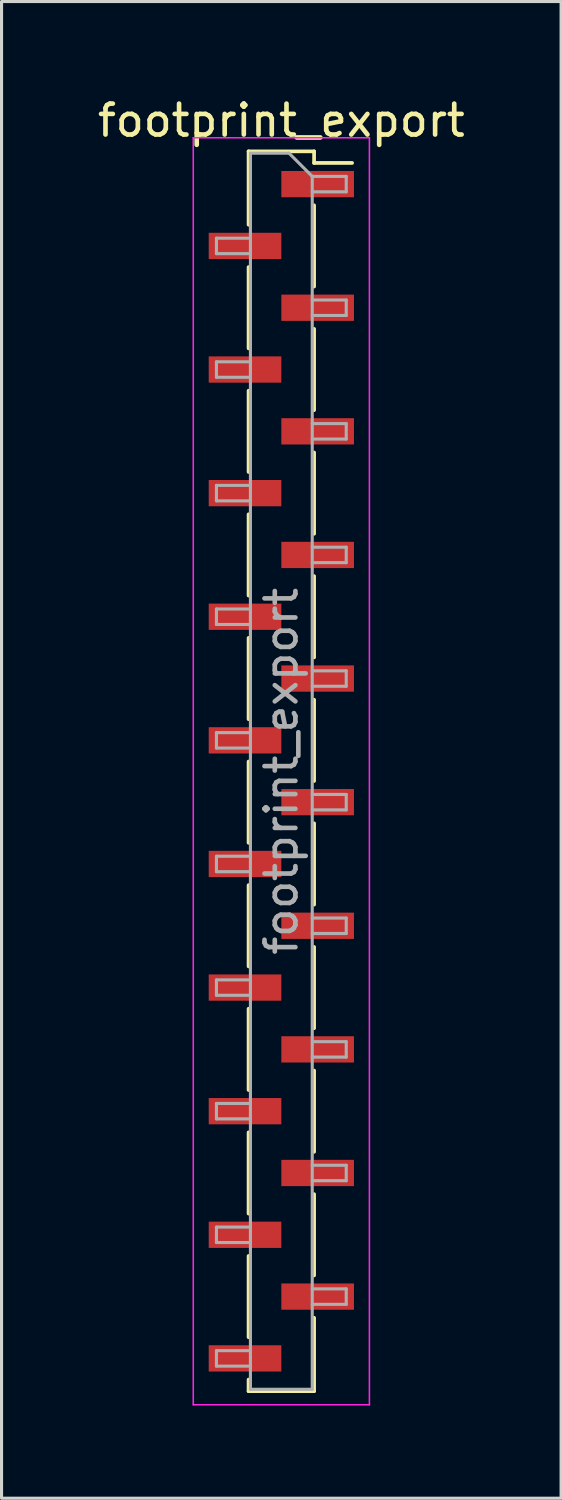
<source format=kicad_pcb>
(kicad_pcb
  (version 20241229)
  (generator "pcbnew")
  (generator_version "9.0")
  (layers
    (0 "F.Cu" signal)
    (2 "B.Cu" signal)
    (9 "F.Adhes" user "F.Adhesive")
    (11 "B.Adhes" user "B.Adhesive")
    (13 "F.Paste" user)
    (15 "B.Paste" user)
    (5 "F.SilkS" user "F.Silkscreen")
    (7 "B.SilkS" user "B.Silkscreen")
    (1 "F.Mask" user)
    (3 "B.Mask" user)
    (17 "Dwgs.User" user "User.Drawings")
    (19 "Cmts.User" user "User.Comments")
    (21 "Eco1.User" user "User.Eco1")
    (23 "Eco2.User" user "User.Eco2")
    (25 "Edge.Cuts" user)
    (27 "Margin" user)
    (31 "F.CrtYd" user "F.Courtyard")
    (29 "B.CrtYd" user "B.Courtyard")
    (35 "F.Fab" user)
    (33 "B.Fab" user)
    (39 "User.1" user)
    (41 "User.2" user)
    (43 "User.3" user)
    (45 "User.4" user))
  (footprint "footprint_export"
    (layer "F.Cu")
    (at 6.054 21.908)
    (property "Reference" "footprint_export" (at 0 -21.06 0) (layer "F.SilkS") (effects (font (size 1 1) (thickness 0.15))))
    (attr smd)
    (fp_line (start -1.06 -20.06) (end -1.06 -17.685) (stroke (width 0.12) (type solid)) (layer "F.SilkS"))
    (fp_line (start -1.06 -20.06) (end 1.06 -20.06) (stroke (width 0.12) (type solid)) (layer "F.SilkS"))
    (fp_line (start -1.06 -16.315) (end -1.06 -13.685) (stroke (width 0.12) (type solid)) (layer "F.SilkS"))
    (fp_line (start -1.06 -12.315) (end -1.06 -9.685) (stroke (width 0.12) (type solid)) (layer "F.SilkS"))
    (fp_line (start -1.06 -8.315) (end -1.06 -5.685) (stroke (width 0.12) (type solid)) (layer "F.SilkS"))
    (fp_line (start -1.06 -4.315) (end -1.06 -1.685) (stroke (width 0.12) (type solid)) (layer "F.SilkS"))
    (fp_line (start -1.06 -0.315) (end -1.06 2.315) (stroke (width 0.12) (type solid)) (layer "F.SilkS"))
    (fp_line (start -1.06 3.685) (end -1.06 6.315) (stroke (width 0.12) (type solid)) (layer "F.SilkS"))
    (fp_line (start -1.06 7.685) (end -1.06 10.315) (stroke (width 0.12) (type solid)) (layer "F.SilkS"))
    (fp_line (start -1.06 11.685) (end -1.06 14.315) (stroke (width 0.12) (type solid)) (layer "F.SilkS"))
    (fp_line (start -1.06 15.685) (end -1.06 18.315) (stroke (width 0.12) (type solid)) (layer "F.SilkS"))
    (fp_line (start -1.06 19.685) (end -1.06 20.06) (stroke (width 0.12) (type solid)) (layer "F.SilkS"))
    (fp_line (start -1.06 20.06) (end 1.06 20.06) (stroke (width 0.12) (type solid)) (layer "F.SilkS"))
    (fp_line (start 1.06 -20.06) (end 1.06 -19.685) (stroke (width 0.12) (type solid)) (layer "F.SilkS"))
    (fp_line (start 1.06 -19.685) (end 2.29 -19.685) (stroke (width 0.12) (type solid)) (layer "F.SilkS"))
    (fp_line (start 1.06 -18.315) (end 1.06 -15.685) (stroke (width 0.12) (type solid)) (layer "F.SilkS"))
    (fp_line (start 1.06 -14.315) (end 1.06 -11.685) (stroke (width 0.12) (type solid)) (layer "F.SilkS"))
    (fp_line (start 1.06 -10.315) (end 1.06 -7.685) (stroke (width 0.12) (type solid)) (layer "F.SilkS"))
    (fp_line (start 1.06 -6.315) (end 1.06 -3.685) (stroke (width 0.12) (type solid)) (layer "F.SilkS"))
    (fp_line (start 1.06 -2.315) (end 1.06 0.315) (stroke (width 0.12) (type solid)) (layer "F.SilkS"))
    (fp_line (start 1.06 1.685) (end 1.06 4.315) (stroke (width 0.12) (type solid)) (layer "F.SilkS"))
    (fp_line (start 1.06 5.685) (end 1.06 8.315) (stroke (width 0.12) (type solid)) (layer "F.SilkS"))
    (fp_line (start 1.06 9.685) (end 1.06 12.315) (stroke (width 0.12) (type solid)) (layer "F.SilkS"))
    (fp_line (start 1.06 13.685) (end 1.06 16.315) (stroke (width 0.12) (type solid)) (layer "F.SilkS"))
    (fp_line (start 1.06 17.685) (end 1.06 20.06) (stroke (width 0.12) (type solid)) (layer "F.SilkS"))
    (fp_line (start -2.85 -20.5) (end -2.85 20.5) (stroke (width 0.05) (type solid)) (layer "F.CrtYd"))
    (fp_line (start -2.85 20.5) (end 2.85 20.5) (stroke (width 0.05) (type solid)) (layer "F.CrtYd"))
    (fp_line (start 2.85 -20.5) (end -2.85 -20.5) (stroke (width 0.05) (type solid)) (layer "F.CrtYd"))
    (fp_line (start 2.85 20.5) (end 2.85 -20.5) (stroke (width 0.05) (type solid)) (layer "F.CrtYd"))
    (fp_line (start -2.1 -17.25) (end -2.1 -16.75) (stroke (width 0.1) (type solid)) (layer "F.Fab"))
    (fp_line (start -2.1 -16.75) (end -1 -16.75) (stroke (width 0.1) (type solid)) (layer "F.Fab"))
    (fp_line (start -2.1 -13.25) (end -2.1 -12.75) (stroke (width 0.1) (type solid)) (layer "F.Fab"))
    (fp_line (start -2.1 -12.75) (end -1 -12.75) (stroke (width 0.1) (type solid)) (layer "F.Fab"))
    (fp_line (start -2.1 -9.25) (end -2.1 -8.75) (stroke (width 0.1) (type solid)) (layer "F.Fab"))
    (fp_line (start -2.1 -8.75) (end -1 -8.75) (stroke (width 0.1) (type solid)) (layer "F.Fab"))
    (fp_line (start -2.1 -5.25) (end -2.1 -4.75) (stroke (width 0.1) (type solid)) (layer "F.Fab"))
    (fp_line (start -2.1 -4.75) (end -1 -4.75) (stroke (width 0.1) (type solid)) (layer "F.Fab"))
    (fp_line (start -2.1 -1.25) (end -2.1 -0.75) (stroke (width 0.1) (type solid)) (layer "F.Fab"))
    (fp_line (start -2.1 -0.75) (end -1 -0.75) (stroke (width 0.1) (type solid)) (layer "F.Fab"))
    (fp_line (start -2.1 2.75) (end -2.1 3.25) (stroke (width 0.1) (type solid)) (layer "F.Fab"))
    (fp_line (start -2.1 3.25) (end -1 3.25) (stroke (width 0.1) (type solid)) (layer "F.Fab"))
    (fp_line (start -2.1 6.75) (end -2.1 7.25) (stroke (width 0.1) (type solid)) (layer "F.Fab"))
    (fp_line (start -2.1 7.25) (end -1 7.25) (stroke (width 0.1) (type solid)) (layer "F.Fab"))
    (fp_line (start -2.1 10.75) (end -2.1 11.25) (stroke (width 0.1) (type solid)) (layer "F.Fab"))
    (fp_line (start -2.1 11.25) (end -1 11.25) (stroke (width 0.1) (type solid)) (layer "F.Fab"))
    (fp_line (start -2.1 14.75) (end -2.1 15.25) (stroke (width 0.1) (type solid)) (layer "F.Fab"))
    (fp_line (start -2.1 15.25) (end -1 15.25) (stroke (width 0.1) (type solid)) (layer "F.Fab"))
    (fp_line (start -2.1 18.75) (end -2.1 19.25) (stroke (width 0.1) (type solid)) (layer "F.Fab"))
    (fp_line (start -2.1 19.25) (end -1 19.25) (stroke (width 0.1) (type solid)) (layer "F.Fab"))
    (fp_line (start -1 -20) (end -1 20) (stroke (width 0.1) (type solid)) (layer "F.Fab"))
    (fp_line (start -1 -20) (end 0.25 -20) (stroke (width 0.1) (type solid)) (layer "F.Fab"))
    (fp_line (start -1 -17.25) (end -2.1 -17.25) (stroke (width 0.1) (type solid)) (layer "F.Fab"))
    (fp_line (start -1 -13.25) (end -2.1 -13.25) (stroke (width 0.1) (type solid)) (layer "F.Fab"))
    (fp_line (start -1 -9.25) (end -2.1 -9.25) (stroke (width 0.1) (type solid)) (layer "F.Fab"))
    (fp_line (start -1 -5.25) (end -2.1 -5.25) (stroke (width 0.1) (type solid)) (layer "F.Fab"))
    (fp_line (start -1 -1.25) (end -2.1 -1.25) (stroke (width 0.1) (type solid)) (layer "F.Fab"))
    (fp_line (start -1 2.75) (end -2.1 2.75) (stroke (width 0.1) (type solid)) (layer "F.Fab"))
    (fp_line (start -1 6.75) (end -2.1 6.75) (stroke (width 0.1) (type solid)) (layer "F.Fab"))
    (fp_line (start -1 10.75) (end -2.1 10.75) (stroke (width 0.1) (type solid)) (layer "F.Fab"))
    (fp_line (start -1 14.75) (end -2.1 14.75) (stroke (width 0.1) (type solid)) (layer "F.Fab"))
    (fp_line (start -1 18.75) (end -2.1 18.75) (stroke (width 0.1) (type solid)) (layer "F.Fab"))
    (fp_line (start 1 -19.25) (end 0.25 -20) (stroke (width 0.1) (type solid)) (layer "F.Fab"))
    (fp_line (start 1 -19.25) (end 2.1 -19.25) (stroke (width 0.1) (type solid)) (layer "F.Fab"))
    (fp_line (start 1 -15.25) (end 2.1 -15.25) (stroke (width 0.1) (type solid)) (layer "F.Fab"))
    (fp_line (start 1 -11.25) (end 2.1 -11.25) (stroke (width 0.1) (type solid)) (layer "F.Fab"))
    (fp_line (start 1 -7.25) (end 2.1 -7.25) (stroke (width 0.1) (type solid)) (layer "F.Fab"))
    (fp_line (start 1 -3.25) (end 2.1 -3.25) (stroke (width 0.1) (type solid)) (layer "F.Fab"))
    (fp_line (start 1 0.75) (end 2.1 0.75) (stroke (width 0.1) (type solid)) (layer "F.Fab"))
    (fp_line (start 1 4.75) (end 2.1 4.75) (stroke (width 0.1) (type solid)) (layer "F.Fab"))
    (fp_line (start 1 8.75) (end 2.1 8.75) (stroke (width 0.1) (type solid)) (layer "F.Fab"))
    (fp_line (start 1 12.75) (end 2.1 12.75) (stroke (width 0.1) (type solid)) (layer "F.Fab"))
    (fp_line (start 1 16.75) (end 2.1 16.75) (stroke (width 0.1) (type solid)) (layer "F.Fab"))
    (fp_line (start 1 20) (end -1 20) (stroke (width 0.1) (type solid)) (layer "F.Fab"))
    (fp_line (start 1 20) (end 1 -19.25) (stroke (width 0.1) (type solid)) (layer "F.Fab"))
    (fp_line (start 2.1 -19.25) (end 2.1 -18.75) (stroke (width 0.1) (type solid)) (layer "F.Fab"))
    (fp_line (start 2.1 -18.75) (end 1 -18.75) (stroke (width 0.1) (type solid)) (layer "F.Fab"))
    (fp_line (start 2.1 -15.25) (end 2.1 -14.75) (stroke (width 0.1) (type solid)) (layer "F.Fab"))
    (fp_line (start 2.1 -14.75) (end 1 -14.75) (stroke (width 0.1) (type solid)) (layer "F.Fab"))
    (fp_line (start 2.1 -11.25) (end 2.1 -10.75) (stroke (width 0.1) (type solid)) (layer "F.Fab"))
    (fp_line (start 2.1 -10.75) (end 1 -10.75) (stroke (width 0.1) (type solid)) (layer "F.Fab"))
    (fp_line (start 2.1 -7.25) (end 2.1 -6.75) (stroke (width 0.1) (type solid)) (layer "F.Fab"))
    (fp_line (start 2.1 -6.75) (end 1 -6.75) (stroke (width 0.1) (type solid)) (layer "F.Fab"))
    (fp_line (start 2.1 -3.25) (end 2.1 -2.75) (stroke (width 0.1) (type solid)) (layer "F.Fab"))
    (fp_line (start 2.1 -2.75) (end 1 -2.75) (stroke (width 0.1) (type solid)) (layer "F.Fab"))
    (fp_line (start 2.1 0.75) (end 2.1 1.25) (stroke (width 0.1) (type solid)) (layer "F.Fab"))
    (fp_line (start 2.1 1.25) (end 1 1.25) (stroke (width 0.1) (type solid)) (layer "F.Fab"))
    (fp_line (start 2.1 4.75) (end 2.1 5.25) (stroke (width 0.1) (type solid)) (layer "F.Fab"))
    (fp_line (start 2.1 5.25) (end 1 5.25) (stroke (width 0.1) (type solid)) (layer "F.Fab"))
    (fp_line (start 2.1 8.75) (end 2.1 9.25) (stroke (width 0.1) (type solid)) (layer "F.Fab"))
    (fp_line (start 2.1 9.25) (end 1 9.25) (stroke (width 0.1) (type solid)) (layer "F.Fab"))
    (fp_line (start 2.1 12.75) (end 2.1 13.25) (stroke (width 0.1) (type solid)) (layer "F.Fab"))
    (fp_line (start 2.1 13.25) (end 1 13.25) (stroke (width 0.1) (type solid)) (layer "F.Fab"))
    (fp_line (start 2.1 16.75) (end 2.1 17.25) (stroke (width 0.1) (type solid)) (layer "F.Fab"))
    (fp_line (start 2.1 17.25) (end 1 17.25) (stroke (width 0.1) (type solid)) (layer "F.Fab"))
    (fp_text user "${REFERENCE}" (at 0 0 90) (layer "F.Fab") (effects (font (size 1 1) (thickness 0.15))))
    (pad "1" smd rect (at 1.175 -19) (size 2.35 0.85) (layers "F.Cu" "F.Mask" "F.Paste"))
    (pad "2" smd rect (at -1.175 -17) (size 2.35 0.85) (layers "F.Cu" "F.Mask" "F.Paste"))
    (pad "3" smd rect (at 1.175 -15) (size 2.35 0.85) (layers "F.Cu" "F.Mask" "F.Paste"))
    (pad "4" smd rect (at -1.175 -13) (size 2.35 0.85) (layers "F.Cu" "F.Mask" "F.Paste"))
    (pad "5" smd rect (at 1.175 -11) (size 2.35 0.85) (layers "F.Cu" "F.Mask" "F.Paste"))
    (pad "6" smd rect (at -1.175 -9) (size 2.35 0.85) (layers "F.Cu" "F.Mask" "F.Paste"))
    (pad "7" smd rect (at 1.175 -7) (size 2.35 0.85) (layers "F.Cu" "F.Mask" "F.Paste"))
    (pad "8" smd rect (at -1.175 -5) (size 2.35 0.85) (layers "F.Cu" "F.Mask" "F.Paste"))
    (pad "9" smd rect (at 1.175 -3) (size 2.35 0.85) (layers "F.Cu" "F.Mask" "F.Paste"))
    (pad "10" smd rect (at -1.175 -1) (size 2.35 0.85) (layers "F.Cu" "F.Mask" "F.Paste"))
    (pad "11" smd rect (at 1.175 1) (size 2.35 0.85) (layers "F.Cu" "F.Mask" "F.Paste"))
    (pad "12" smd rect (at -1.175 3) (size 2.35 0.85) (layers "F.Cu" "F.Mask" "F.Paste"))
    (pad "13" smd rect (at 1.175 5) (size 2.35 0.85) (layers "F.Cu" "F.Mask" "F.Paste"))
    (pad "14" smd rect (at -1.175 7) (size 2.35 0.85) (layers "F.Cu" "F.Mask" "F.Paste"))
    (pad "15" smd rect (at 1.175 9) (size 2.35 0.85) (layers "F.Cu" "F.Mask" "F.Paste"))
    (pad "16" smd rect (at -1.175 11) (size 2.35 0.85) (layers "F.Cu" "F.Mask" "F.Paste"))
    (pad "17" smd rect (at 1.175 13) (size 2.35 0.85) (layers "F.Cu" "F.Mask" "F.Paste"))
    (pad "18" smd rect (at -1.175 15) (size 2.35 0.85) (layers "F.Cu" "F.Mask" "F.Paste"))
    (pad "19" smd rect (at 1.175 17) (size 2.35 0.85) (layers "F.Cu" "F.Mask" "F.Paste"))
    (pad "20" smd rect (at -1.175 19) (size 2.35 0.85) (layers "F.Cu" "F.Mask" "F.Paste")))
  (gr_rect
    (start -3 -3)
    (end 15.107 45.433)
    (stroke (width 0.1) (type default))
    (fill no)
    (layer "Edge.Cuts")))
</source>
